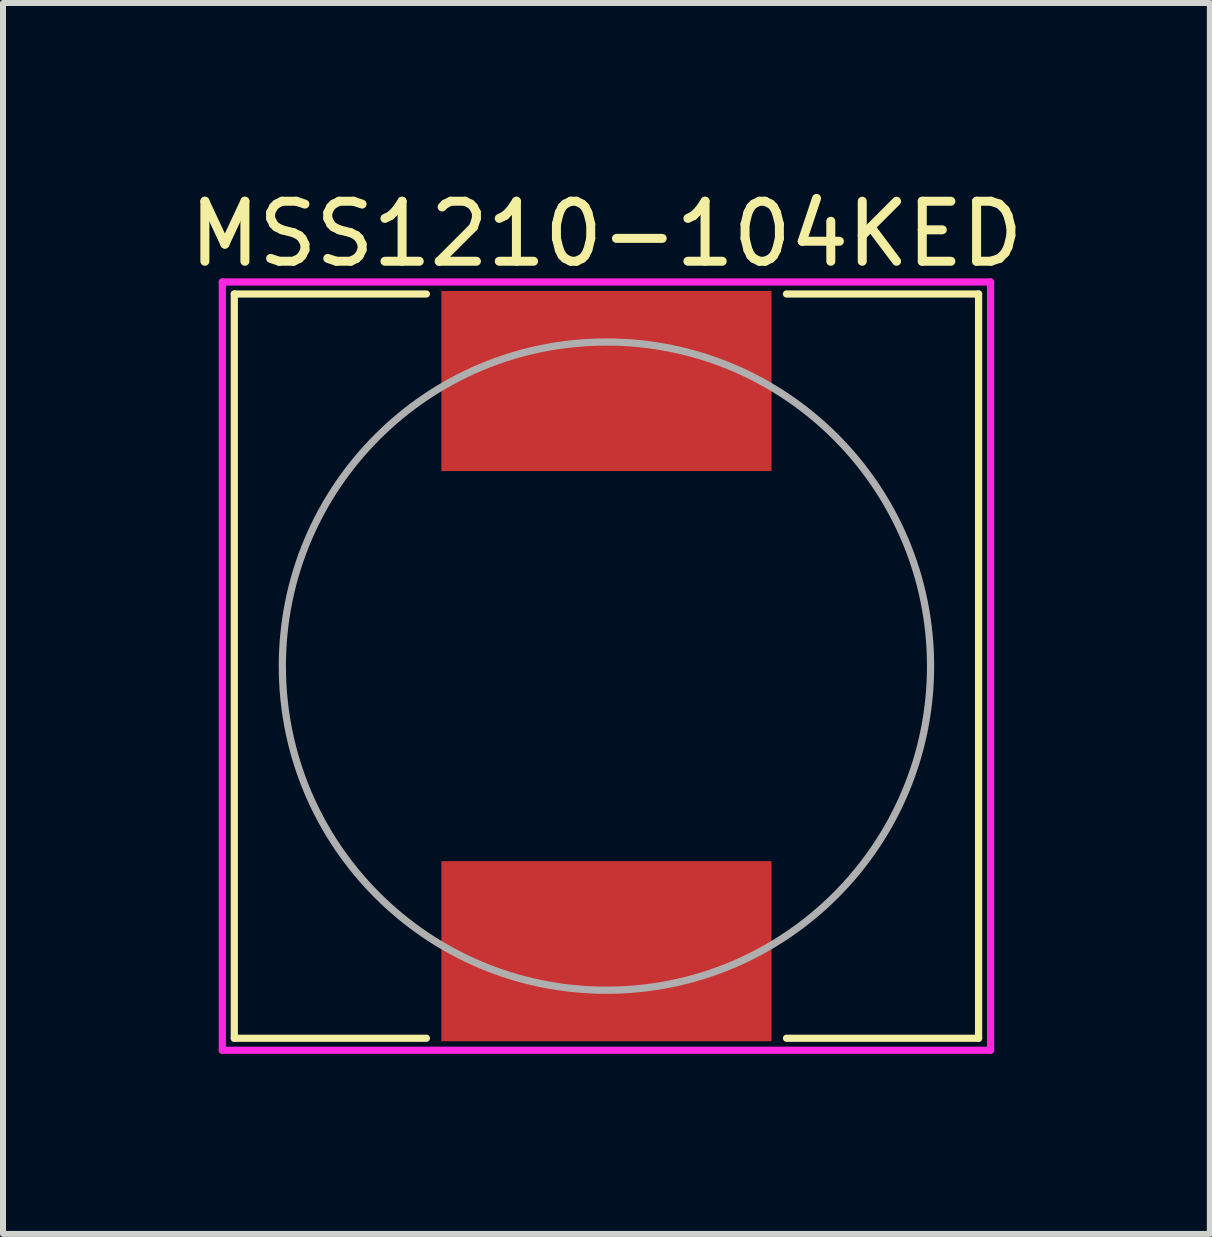
<source format=kicad_pcb>
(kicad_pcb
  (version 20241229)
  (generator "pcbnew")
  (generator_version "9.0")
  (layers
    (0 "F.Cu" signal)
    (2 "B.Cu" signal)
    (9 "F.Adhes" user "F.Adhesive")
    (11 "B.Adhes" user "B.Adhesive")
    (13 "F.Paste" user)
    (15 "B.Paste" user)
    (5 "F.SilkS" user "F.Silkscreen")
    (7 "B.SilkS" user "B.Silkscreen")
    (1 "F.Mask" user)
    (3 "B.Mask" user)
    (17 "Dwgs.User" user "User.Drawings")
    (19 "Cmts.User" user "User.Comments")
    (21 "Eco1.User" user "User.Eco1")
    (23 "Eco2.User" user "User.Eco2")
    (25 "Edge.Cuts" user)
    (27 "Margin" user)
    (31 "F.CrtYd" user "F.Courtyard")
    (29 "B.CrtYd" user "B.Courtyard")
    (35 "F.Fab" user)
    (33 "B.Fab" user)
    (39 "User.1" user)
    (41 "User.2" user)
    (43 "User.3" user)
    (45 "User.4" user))
  (footprint "MSS1210-104KED"
    (layer "F.Cu")
    (at 7.054 8.048)
    (property "Reference" "MSS1210-104KED" (at 0 -7.2 0) (layer "F.SilkS") (effects (font (size 1 1) (thickness 0.15))))
    (attr through_hole)
    (fp_line (start -6.2 -6.2) (end -3 -6.2) (stroke (width 0.12) (type solid)) (layer "F.SilkS"))
    (fp_line (start -6.2 6.2) (end -6.2 -6.2) (stroke (width 0.12) (type solid)) (layer "F.SilkS"))
    (fp_line (start -6.2 6.2) (end -3 6.2) (stroke (width 0.12) (type solid)) (layer "F.SilkS"))
    (fp_line (start 3 -6.2) (end 6.2 -6.2) (stroke (width 0.12) (type solid)) (layer "F.SilkS"))
    (fp_line (start 6.2 -6.2) (end 6.2 6.2) (stroke (width 0.12) (type solid)) (layer "F.SilkS"))
    (fp_line (start 6.2 6.2) (end 3 6.2) (stroke (width 0.12) (type solid)) (layer "F.SilkS"))
    (fp_line (start -6.4 -6.4) (end 6.4 -6.4) (stroke (width 0.12) (type solid)) (layer "F.CrtYd"))
    (fp_line (start -6.4 6.4) (end -6.4 -6.4) (stroke (width 0.12) (type solid)) (layer "F.CrtYd"))
    (fp_line (start 6.4 -6.4) (end 6.4 6.4) (stroke (width 0.12) (type solid)) (layer "F.CrtYd"))
    (fp_line (start 6.4 6.4) (end -6.4 6.4) (stroke (width 0.12) (type solid)) (layer "F.CrtYd"))
    (fp_circle (center 0 0) (end -5.4 0) (stroke (width 0.12) (type solid)) (fill no) (layer "F.Fab"))
    (pad "1" smd rect (at 0 -4.75) (size 5.5 3) (layers "F.Cu" "F.Mask" "F.Paste"))
    (pad "2" smd rect (at 0 4.75) (size 5.5 3) (layers "F.Cu" "F.Mask" "F.Paste")))
  (gr_rect
    (start -3 -3)
    (end 17.107 17.508)
    (stroke (width 0.1) (type default))
    (fill no)
    (layer "Edge.Cuts")))
</source>
